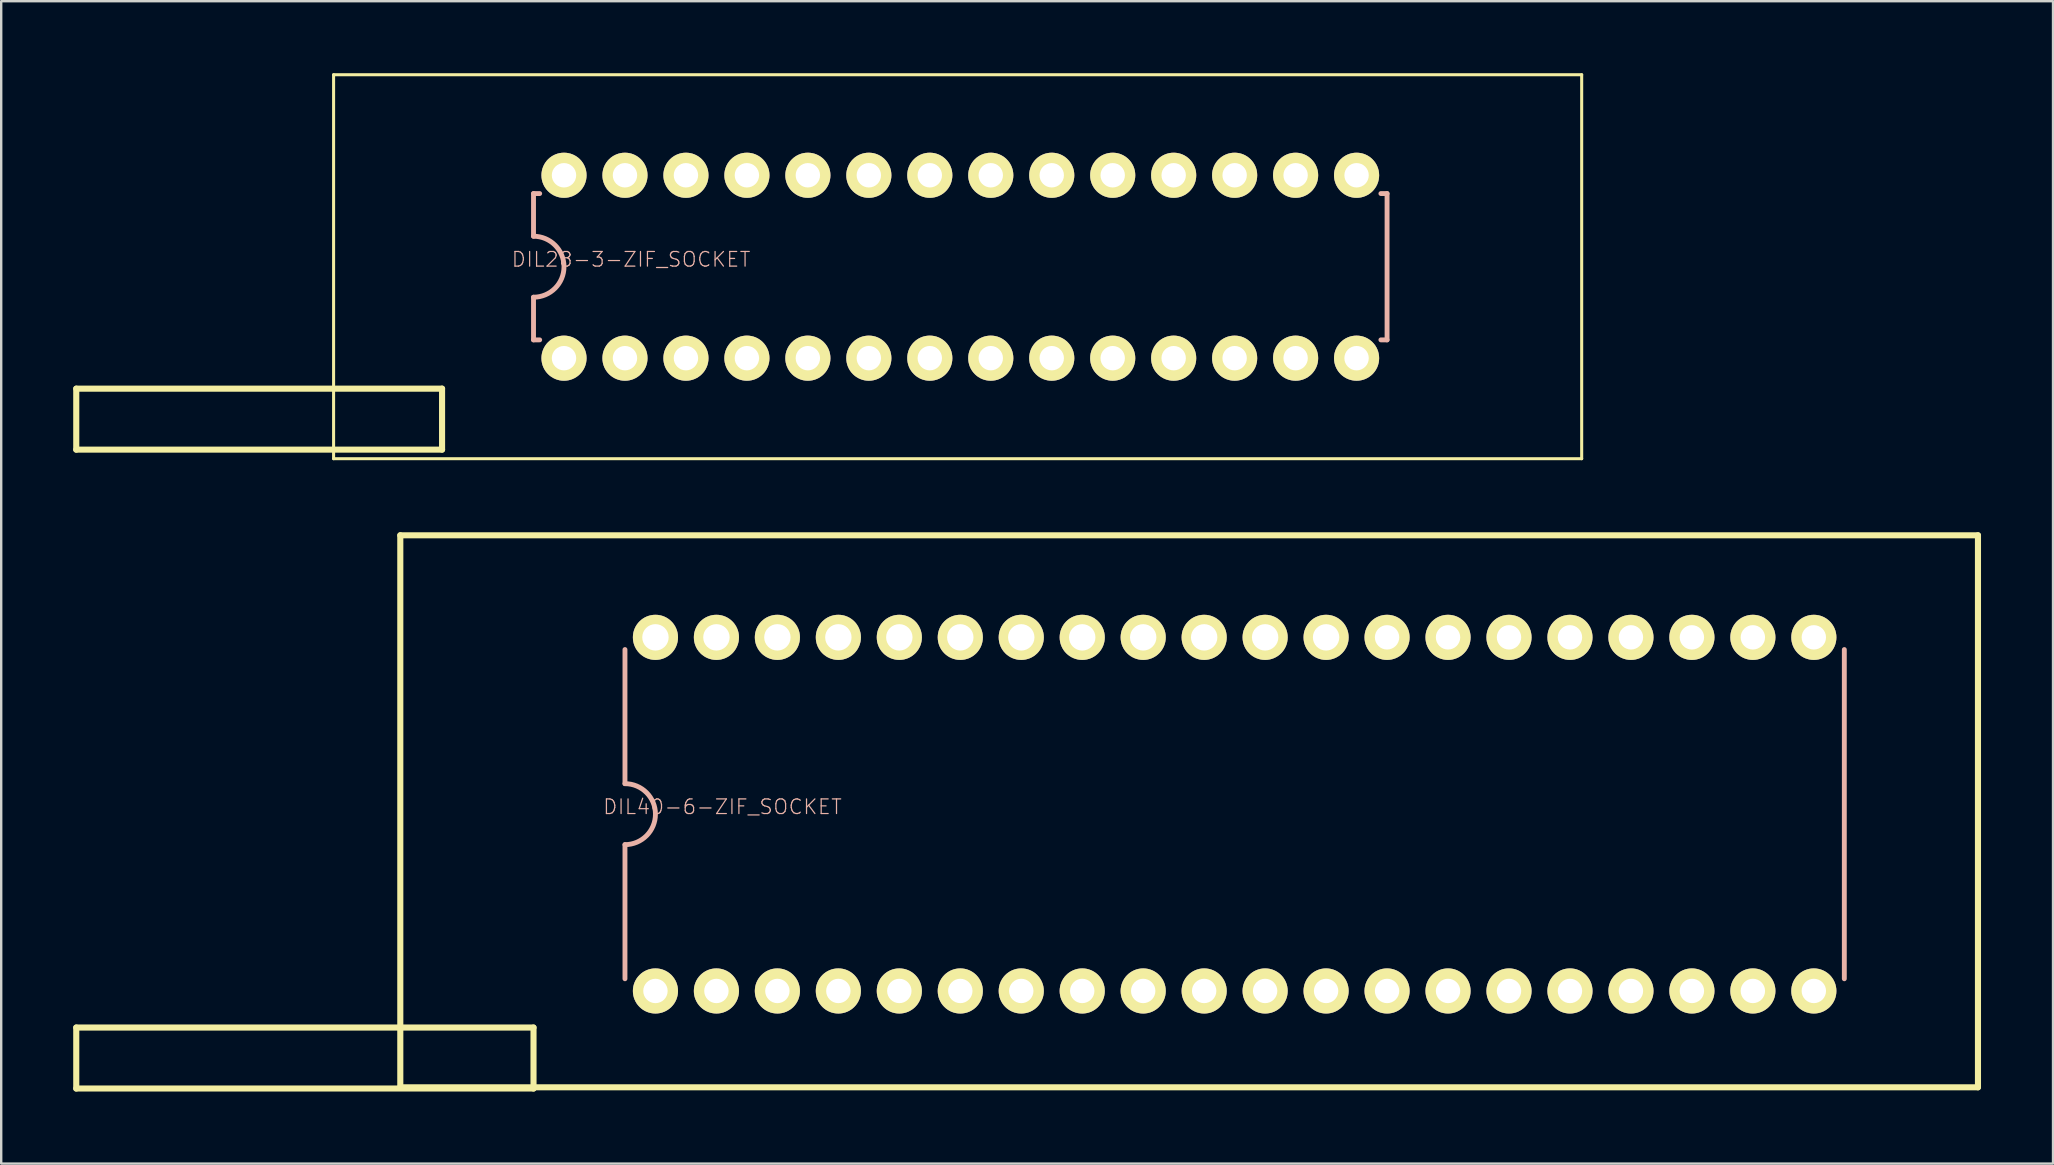
<source format=kicad_pcb>
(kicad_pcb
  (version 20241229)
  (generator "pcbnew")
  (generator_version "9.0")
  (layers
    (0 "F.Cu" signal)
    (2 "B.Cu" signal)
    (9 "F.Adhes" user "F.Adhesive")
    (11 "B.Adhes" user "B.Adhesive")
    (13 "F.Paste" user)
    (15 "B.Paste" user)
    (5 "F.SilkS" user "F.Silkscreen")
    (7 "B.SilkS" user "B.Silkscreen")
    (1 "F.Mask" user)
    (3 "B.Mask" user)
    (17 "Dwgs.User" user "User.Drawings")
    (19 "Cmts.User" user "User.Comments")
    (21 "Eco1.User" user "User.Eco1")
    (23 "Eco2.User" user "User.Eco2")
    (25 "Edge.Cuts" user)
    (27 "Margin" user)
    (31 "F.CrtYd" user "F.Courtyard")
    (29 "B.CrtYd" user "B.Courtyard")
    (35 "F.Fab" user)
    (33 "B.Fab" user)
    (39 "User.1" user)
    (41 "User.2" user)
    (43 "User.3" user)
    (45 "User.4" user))
  (footprint "DIL28-3-ZIF_SOCKET"
    (layer "F.Cu")
    (at 36.957 8.062)
    (property "Reference" "DIL28-3-ZIF_SOCKET" (at -13.716 -0.305 0) (layer "B.SilkS") (effects (font (size 0.61 0.61) (thickness 0.051))))
    (attr exclude_from_pos_files exclude_from_bom)
    (fp_line (start -36.83 5.08) (end -36.83 7.62) (stroke (width 0.254) (type solid)) (layer "F.SilkS"))
    (fp_line (start -36.83 7.62) (end -21.59 7.62) (stroke (width 0.254) (type solid)) (layer "F.SilkS"))
    (fp_line (start -26.109 -7.998) (end -26.109 7.998) (stroke (width 0.127) (type solid)) (layer "F.SilkS"))
    (fp_line (start -26.109 7.998) (end 25.888 7.998) (stroke (width 0.127) (type solid)) (layer "F.SilkS"))
    (fp_line (start -21.59 5.08) (end -36.83 5.08) (stroke (width 0.254) (type solid)) (layer "F.SilkS"))
    (fp_line (start -21.59 7.62) (end -21.59 5.08) (stroke (width 0.254) (type solid)) (layer "F.SilkS"))
    (fp_line (start 25.888 -7.998) (end -26.109 -7.998) (stroke (width 0.127) (type solid)) (layer "F.SilkS"))
    (fp_line (start 25.888 7.998) (end 25.888 -7.998) (stroke (width 0.127) (type solid)) (layer "F.SilkS"))
    (fp_line (start -17.78 -3.048) (end -17.78 -1.27) (stroke (width 0.203) (type solid)) (layer "B.SilkS"))
    (fp_line (start -17.78 -3.048) (end -17.523 -3.048) (stroke (width 0.203) (type solid)) (layer "B.SilkS"))
    (fp_line (start -17.78 1.27) (end -17.78 3.048) (stroke (width 0.203) (type solid)) (layer "B.SilkS"))
    (fp_line (start -17.78 3.048) (end -17.523 3.048) (stroke (width 0.203) (type solid)) (layer "B.SilkS"))
    (fp_line (start 17.78 -3.048) (end 17.523 -3.048) (stroke (width 0.203) (type solid)) (layer "B.SilkS"))
    (fp_line (start 17.78 3.048) (end 17.523 3.048) (stroke (width 0.203) (type solid)) (layer "B.SilkS"))
    (fp_line (start 17.78 3.048) (end 17.78 -3.048) (stroke (width 0.203) (type solid)) (layer "B.SilkS"))
    (fp_arc (start -17.78 -1.27) (mid -16.51 0) (end -17.78 1.27) (stroke (width 0.2032) (type solid)) (layer "B.SilkS"))
    (pad "1" thru_hole circle (at -16.51 3.81) (size 1.88 1.88) (drill 1.016) (layers "*.Cu" "F.Mask" "F.SilkS" "F.Paste"))
    (pad "2" thru_hole circle (at -13.97 3.81) (size 1.88 1.88) (drill 1.016) (layers "*.Cu" "F.Mask" "F.SilkS" "F.Paste"))
    (pad "3" thru_hole circle (at -11.43 3.81) (size 1.88 1.88) (drill 1.016) (layers "*.Cu" "F.Mask" "F.SilkS" "F.Paste"))
    (pad "4" thru_hole circle (at -8.89 3.81) (size 1.88 1.88) (drill 1.016) (layers "*.Cu" "F.Mask" "F.SilkS" "F.Paste"))
    (pad "5" thru_hole circle (at -6.35 3.81) (size 1.88 1.88) (drill 1.016) (layers "*.Cu" "F.Mask" "F.SilkS" "F.Paste"))
    (pad "6" thru_hole circle (at -3.81 3.81) (size 1.88 1.88) (drill 1.016) (layers "*.Cu" "F.Mask" "F.SilkS" "F.Paste"))
    (pad "7" thru_hole circle (at -1.27 3.81) (size 1.88 1.88) (drill 1.016) (layers "*.Cu" "F.Mask" "F.SilkS" "F.Paste"))
    (pad "8" thru_hole circle (at 1.27 3.81) (size 1.88 1.88) (drill 1.016) (layers "*.Cu" "F.Mask" "F.SilkS" "F.Paste"))
    (pad "9" thru_hole circle (at 3.81 3.81) (size 1.88 1.88) (drill 1.016) (layers "*.Cu" "F.Mask" "F.SilkS" "F.Paste"))
    (pad "10" thru_hole circle (at 6.35 3.81) (size 1.88 1.88) (drill 1.016) (layers "*.Cu" "F.Mask" "F.SilkS" "F.Paste"))
    (pad "11" thru_hole circle (at 8.89 3.81) (size 1.88 1.88) (drill 1.016) (layers "*.Cu" "F.Mask" "F.SilkS" "F.Paste"))
    (pad "12" thru_hole circle (at 11.43 3.81) (size 1.88 1.88) (drill 1.016) (layers "*.Cu" "F.Mask" "F.SilkS" "F.Paste"))
    (pad "13" thru_hole circle (at 13.97 3.81) (size 1.88 1.88) (drill 1.016) (layers "*.Cu" "F.Mask" "F.SilkS" "F.Paste"))
    (pad "14" thru_hole circle (at 16.51 3.81) (size 1.88 1.88) (drill 1.016) (layers "*.Cu" "F.Mask" "F.SilkS" "F.Paste"))
    (pad "15" thru_hole circle (at 16.51 -3.81) (size 1.88 1.88) (drill 1.016) (layers "*.Cu" "F.Mask" "F.SilkS" "F.Paste"))
    (pad "16" thru_hole circle (at 13.97 -3.81) (size 1.88 1.88) (drill 1.016) (layers "*.Cu" "F.Mask" "F.SilkS" "F.Paste"))
    (pad "17" thru_hole circle (at 11.43 -3.81) (size 1.88 1.88) (drill 1.016) (layers "*.Cu" "F.Mask" "F.SilkS" "F.Paste"))
    (pad "18" thru_hole circle (at 8.89 -3.81) (size 1.88 1.88) (drill 1.016) (layers "*.Cu" "F.Mask" "F.SilkS" "F.Paste"))
    (pad "19" thru_hole circle (at 6.35 -3.81) (size 1.88 1.88) (drill 1.016) (layers "*.Cu" "F.Mask" "F.SilkS" "F.Paste"))
    (pad "20" thru_hole circle (at 3.81 -3.81) (size 1.88 1.88) (drill 1.016) (layers "*.Cu" "F.Mask" "F.SilkS" "F.Paste"))
    (pad "21" thru_hole circle (at 1.27 -3.81) (size 1.88 1.88) (drill 1.016) (layers "*.Cu" "F.Mask" "F.SilkS" "F.Paste"))
    (pad "22" thru_hole circle (at -1.27 -3.81) (size 1.88 1.88) (drill 1.016) (layers "*.Cu" "F.Mask" "F.SilkS" "F.Paste"))
    (pad "23" thru_hole circle (at -3.81 -3.81) (size 1.88 1.88) (drill 1.016) (layers "*.Cu" "F.Mask" "F.SilkS" "F.Paste"))
    (pad "24" thru_hole circle (at -6.35 -3.81) (size 1.88 1.88) (drill 1.016) (layers "*.Cu" "F.Mask" "F.SilkS" "F.Paste"))
    (pad "25" thru_hole circle (at -8.89 -3.81) (size 1.88 1.88) (drill 1.016) (layers "*.Cu" "F.Mask" "F.SilkS" "F.Paste"))
    (pad "26" thru_hole circle (at -11.43 -3.81) (size 1.88 1.88) (drill 1.016) (layers "*.Cu" "F.Mask" "F.SilkS" "F.Paste"))
    (pad "27" thru_hole circle (at -13.97 -3.81) (size 1.88 1.88) (drill 1.016) (layers "*.Cu" "F.Mask" "F.SilkS" "F.Paste"))
    (pad "28" thru_hole circle (at -16.51 -3.81) (size 1.88 1.88) (drill 1.016) (layers "*.Cu" "F.Mask" "F.SilkS" "F.Paste")))
  (footprint "DIL40-6-ZIF_SOCKET"
    (layer "F.Cu")
    (at 48.387 30.869)
    (property "Reference" "DIL40-6-ZIF_SOCKET" (at -21.336 -0.305 0) (layer "B.SilkS") (effects (font (size 0.61 0.61) (thickness 0.051))))
    (attr exclude_from_pos_files exclude_from_bom)
    (fp_line (start -48.26 8.89) (end -48.26 11.43) (stroke (width 0.254) (type solid)) (layer "F.SilkS"))
    (fp_line (start -48.26 11.43) (end -29.21 11.43) (stroke (width 0.254) (type solid)) (layer "F.SilkS"))
    (fp_line (start -34.76 -11.618) (end -34.76 11.379) (stroke (width 0.254) (type solid)) (layer "F.SilkS"))
    (fp_line (start -34.76 11.379) (end 30.968 11.379) (stroke (width 0.254) (type solid)) (layer "F.SilkS"))
    (fp_line (start -29.21 8.89) (end -48.26 8.89) (stroke (width 0.254) (type solid)) (layer "F.SilkS"))
    (fp_line (start -29.21 11.43) (end -29.21 8.89) (stroke (width 0.254) (type solid)) (layer "F.SilkS"))
    (fp_line (start 30.968 -11.618) (end -34.76 -11.618) (stroke (width 0.254) (type solid)) (layer "F.SilkS"))
    (fp_line (start 30.968 11.379) (end 30.968 -11.618) (stroke (width 0.254) (type solid)) (layer "F.SilkS"))
    (fp_line (start -25.4 -6.858) (end -25.4 -1.27) (stroke (width 0.203) (type solid)) (layer "B.SilkS"))
    (fp_line (start -25.4 1.27) (end -25.4 6.858) (stroke (width 0.203) (type solid)) (layer "B.SilkS"))
    (fp_line (start 25.4 6.858) (end 25.4 -6.858) (stroke (width 0.203) (type solid)) (layer "B.SilkS"))
    (fp_arc (start -25.4 -1.27) (mid -24.13 0) (end -25.4 1.27) (stroke (width 0.2032) (type solid)) (layer "B.SilkS"))
    (pad "1" thru_hole circle (at -24.13 7.366) (size 1.88 1.88) (drill 1.016) (layers "*.Cu" "F.Mask" "F.SilkS" "F.Paste"))
    (pad "2" thru_hole circle (at -21.59 7.366) (size 1.88 1.88) (drill 1.016) (layers "*.Cu" "F.Mask" "F.SilkS" "F.Paste"))
    (pad "3" thru_hole circle (at -19.05 7.366) (size 1.88 1.88) (drill 1.016) (layers "*.Cu" "F.Mask" "F.SilkS" "F.Paste"))
    (pad "4" thru_hole circle (at -16.51 7.366) (size 1.88 1.88) (drill 1.016) (layers "*.Cu" "F.Mask" "F.SilkS" "F.Paste"))
    (pad "5" thru_hole circle (at -13.97 7.366) (size 1.88 1.88) (drill 1.016) (layers "*.Cu" "F.Mask" "F.SilkS" "F.Paste"))
    (pad "6" thru_hole circle (at -11.43 7.366) (size 1.88 1.88) (drill 1.016) (layers "*.Cu" "F.Mask" "F.SilkS" "F.Paste"))
    (pad "7" thru_hole circle (at -8.89 7.366) (size 1.88 1.88) (drill 1.016) (layers "*.Cu" "F.Mask" "F.SilkS" "F.Paste"))
    (pad "8" thru_hole circle (at -6.35 7.366) (size 1.88 1.88) (drill 1.016) (layers "*.Cu" "F.Mask" "F.SilkS" "F.Paste"))
    (pad "9" thru_hole circle (at -3.81 7.366) (size 1.88 1.88) (drill 1.016) (layers "*.Cu" "F.Mask" "F.SilkS" "F.Paste"))
    (pad "10" thru_hole circle (at -1.27 7.366) (size 1.88 1.88) (drill 1.016) (layers "*.Cu" "F.Mask" "F.SilkS" "F.Paste"))
    (pad "11" thru_hole circle (at 1.27 7.366) (size 1.88 1.88) (drill 1.016) (layers "*.Cu" "F.Mask" "F.SilkS" "F.Paste"))
    (pad "12" thru_hole circle (at 3.81 7.366) (size 1.88 1.88) (drill 1.016) (layers "*.Cu" "F.Mask" "F.SilkS" "F.Paste"))
    (pad "13" thru_hole circle (at 6.35 7.366) (size 1.88 1.88) (drill 1.016) (layers "*.Cu" "F.Mask" "F.SilkS" "F.Paste"))
    (pad "14" thru_hole circle (at 8.89 7.366) (size 1.88 1.88) (drill 1.016) (layers "*.Cu" "F.Mask" "F.SilkS" "F.Paste"))
    (pad "15" thru_hole circle (at 11.43 7.366) (size 1.88 1.88) (drill 1.016) (layers "*.Cu" "F.Mask" "F.SilkS" "F.Paste"))
    (pad "16" thru_hole circle (at 13.97 7.366) (size 1.88 1.88) (drill 1.016) (layers "*.Cu" "F.Mask" "F.SilkS" "F.Paste"))
    (pad "17" thru_hole circle (at 16.51 7.366) (size 1.88 1.88) (drill 1.016) (layers "*.Cu" "F.Mask" "F.SilkS" "F.Paste"))
    (pad "18" thru_hole circle (at 19.05 7.366) (size 1.88 1.88) (drill 1.016) (layers "*.Cu" "F.Mask" "F.SilkS" "F.Paste"))
    (pad "19" thru_hole circle (at 21.59 7.366) (size 1.88 1.88) (drill 1.016) (layers "*.Cu" "F.Mask" "F.SilkS" "F.Paste"))
    (pad "20" thru_hole circle (at 24.13 7.366) (size 1.88 1.88) (drill 1.016) (layers "*.Cu" "F.Mask" "F.SilkS" "F.Paste"))
    (pad "21" thru_hole circle (at 24.13 -7.366) (size 1.88 1.88) (drill 1.016) (layers "*.Cu" "F.Mask" "F.SilkS" "F.Paste"))
    (pad "22" thru_hole circle (at 21.59 -7.366) (size 1.88 1.88) (drill 1.016) (layers "*.Cu" "F.Mask" "F.SilkS" "F.Paste"))
    (pad "23" thru_hole circle (at 19.05 -7.366) (size 1.88 1.88) (drill 1.016) (layers "*.Cu" "F.Mask" "F.SilkS" "F.Paste"))
    (pad "24" thru_hole circle (at 16.51 -7.366) (size 1.88 1.88) (drill 1.016) (layers "*.Cu" "F.Mask" "F.SilkS" "F.Paste"))
    (pad "25" thru_hole circle (at 13.97 -7.366) (size 1.88 1.88) (drill 1.016) (layers "*.Cu" "F.Mask" "F.SilkS" "F.Paste"))
    (pad "26" thru_hole circle (at 11.43 -7.366) (size 1.88 1.88) (drill 1.016) (layers "*.Cu" "F.Mask" "F.SilkS" "F.Paste"))
    (pad "27" thru_hole circle (at 8.89 -7.366) (size 1.88 1.88) (drill 1.016) (layers "*.Cu" "F.Mask" "F.SilkS" "F.Paste"))
    (pad "28" thru_hole circle (at 6.35 -7.366) (size 1.88 1.88) (drill 1.016) (layers "*.Cu" "F.Mask" "F.SilkS" "F.Paste"))
    (pad "29" thru_hole circle (at 3.81 -7.366) (size 1.88 1.88) (drill 1.1) (layers "*.Cu" "F.Mask" "F.SilkS" "F.Paste"))
    (pad "30" thru_hole circle (at 1.27 -7.366) (size 1.88 1.88) (drill 1.1) (layers "*.Cu" "F.Mask" "F.SilkS" "F.Paste"))
    (pad "31" thru_hole circle (at -1.27 -7.366) (size 1.88 1.88) (drill 1.1) (layers "*.Cu" "F.Mask" "F.SilkS" "F.Paste"))
    (pad "32" thru_hole circle (at -3.81 -7.366) (size 1.88 1.88) (drill 1.1) (layers "*.Cu" "F.Mask" "F.SilkS" "F.Paste"))
    (pad "33" thru_hole circle (at -6.35 -7.366) (size 1.88 1.88) (drill 1.1) (layers "*.Cu" "F.Mask" "F.SilkS" "F.Paste"))
    (pad "34" thru_hole circle (at -8.89 -7.366) (size 1.88 1.88) (drill 1.1) (layers "*.Cu" "F.Mask" "F.SilkS" "F.Paste"))
    (pad "35" thru_hole circle (at -11.43 -7.366) (size 1.88 1.88) (drill 1.1) (layers "*.Cu" "F.Mask" "F.SilkS" "F.Paste"))
    (pad "36" thru_hole circle (at -13.97 -7.366) (size 1.88 1.88) (drill 1.1) (layers "*.Cu" "F.Mask" "F.SilkS" "F.Paste"))
    (pad "37" thru_hole circle (at -16.51 -7.366) (size 1.88 1.88) (drill 1.1) (layers "*.Cu" "F.Mask" "F.SilkS" "F.Paste"))
    (pad "38" thru_hole circle (at -19.05 -7.366) (size 1.88 1.88) (drill 1.1) (layers "*.Cu" "F.Mask" "F.SilkS" "F.Paste"))
    (pad "39" thru_hole circle (at -21.59 -7.366) (size 1.88 1.88) (drill 1.1) (layers "*.Cu" "F.Mask" "F.SilkS" "F.Paste"))
    (pad "40" thru_hole circle (at -24.13 -7.366) (size 1.88 1.88) (drill 1.1) (layers "*.Cu" "F.Mask" "F.SilkS" "F.Paste")))
  (gr_rect
    (start -3 -3)
    (end 82.482 45.426)
    (stroke (width 0.1) (type default))
    (fill no)
    (layer "Edge.Cuts")))
</source>
